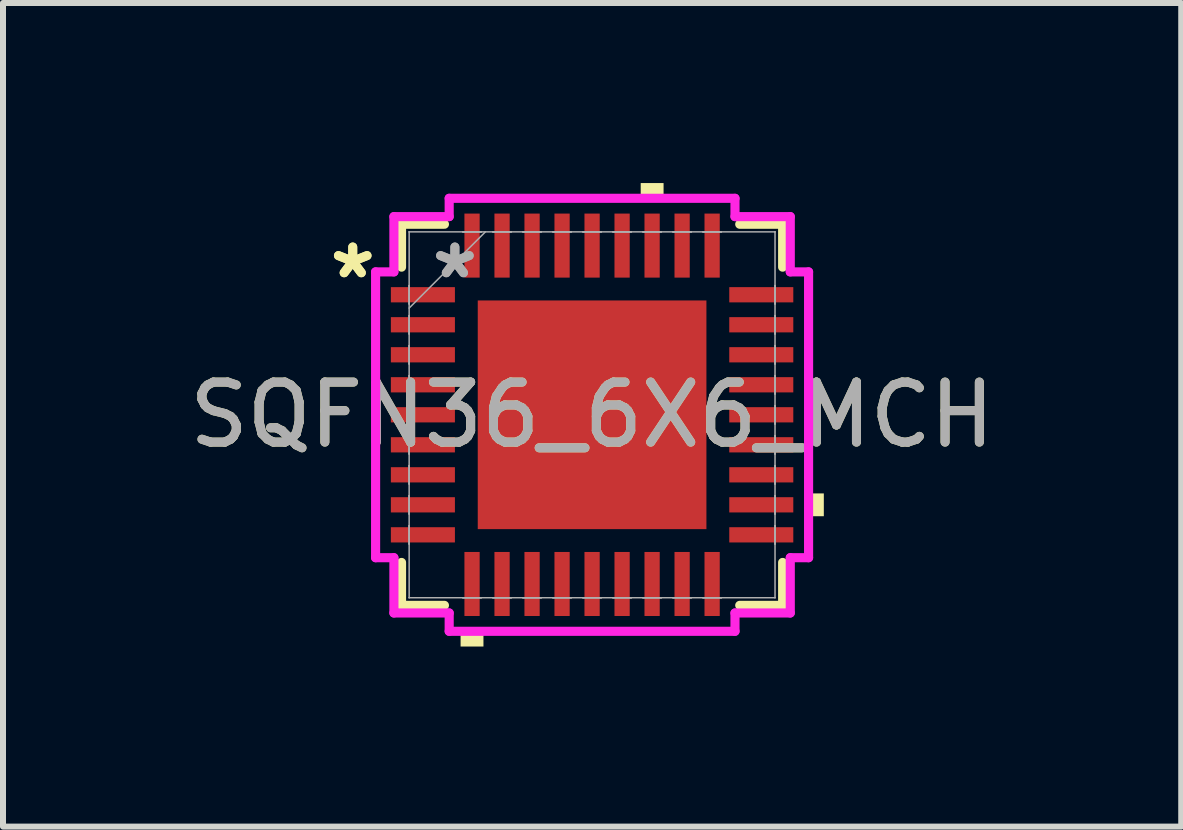
<source format=kicad_pcb>
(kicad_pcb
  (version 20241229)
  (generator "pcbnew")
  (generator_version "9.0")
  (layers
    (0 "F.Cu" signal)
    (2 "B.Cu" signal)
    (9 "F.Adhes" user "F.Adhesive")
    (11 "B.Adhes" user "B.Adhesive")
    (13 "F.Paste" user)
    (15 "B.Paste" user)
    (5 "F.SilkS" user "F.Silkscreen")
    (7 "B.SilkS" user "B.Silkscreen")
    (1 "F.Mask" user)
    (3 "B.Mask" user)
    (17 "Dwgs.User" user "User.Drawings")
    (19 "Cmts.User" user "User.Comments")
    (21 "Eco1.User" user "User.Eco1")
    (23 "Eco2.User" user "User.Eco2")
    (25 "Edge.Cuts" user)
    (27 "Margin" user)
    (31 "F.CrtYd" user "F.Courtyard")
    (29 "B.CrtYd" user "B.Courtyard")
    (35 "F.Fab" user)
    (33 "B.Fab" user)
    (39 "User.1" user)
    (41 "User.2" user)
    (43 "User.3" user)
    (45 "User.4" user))
  (footprint "SQFN36_6X6_MCH"
    (layer "F.Cu")
    (at 6.815 3.861)
    (property "Reference" "SQFN36_6X6_MCH" (at 0 0 0) (unlocked yes) (layer "F.SilkS") (effects (font (size 1 1) (thickness 0.15))))
    (attr smd)
    (fp_line (start -3.175 -3.175) (end -3.175 -2.46) (stroke (width 0.152) (type solid)) (layer "F.SilkS"))
    (fp_line (start -3.175 2.46) (end -3.175 3.175) (stroke (width 0.152) (type solid)) (layer "F.SilkS"))
    (fp_line (start -3.175 3.175) (end -2.46 3.175) (stroke (width 0.152) (type solid)) (layer "F.SilkS"))
    (fp_line (start -2.46 -3.175) (end -3.175 -3.175) (stroke (width 0.152) (type solid)) (layer "F.SilkS"))
    (fp_line (start 2.46 3.175) (end 3.175 3.175) (stroke (width 0.152) (type solid)) (layer "F.SilkS"))
    (fp_line (start 3.175 -3.175) (end 2.46 -3.175) (stroke (width 0.152) (type solid)) (layer "F.SilkS"))
    (fp_line (start 3.175 -2.46) (end 3.175 -3.175) (stroke (width 0.152) (type solid)) (layer "F.SilkS"))
    (fp_line (start 3.175 3.175) (end 3.175 2.46) (stroke (width 0.152) (type solid)) (layer "F.SilkS"))
    (fp_poly (pts (xy -2.191 3.607) (xy -2.191 3.861) (xy -1.81 3.861) (xy -1.81 3.607)) (stroke (width 0) (type solid)) (fill yes) (layer "F.SilkS"))
    (fp_poly (pts (xy 0.81 -3.607) (xy 0.81 -3.861) (xy 1.191 -3.861) (xy 1.191 -3.607)) (stroke (width 0) (type solid)) (fill yes) (layer "F.SilkS"))
    (fp_poly (pts (xy 3.861 1.31) (xy 3.861 1.69) (xy 3.607 1.69) (xy 3.607 1.31)) (stroke (width 0) (type solid)) (fill yes) (layer "F.SilkS"))
    (fp_poly (pts (xy -1.805 -1.805) (xy -1.805 -0.735) (xy -0.735 -0.735) (xy -0.735 -1.805)) (stroke (width 0) (type solid)) (fill yes) (layer "F.Paste"))
    (fp_poly (pts (xy -1.805 -0.535) (xy -1.805 0.535) (xy -0.735 0.535) (xy -0.735 -0.535)) (stroke (width 0) (type solid)) (fill yes) (layer "F.Paste"))
    (fp_poly (pts (xy -1.805 0.735) (xy -1.805 1.805) (xy -0.735 1.805) (xy -0.735 0.735)) (stroke (width 0) (type solid)) (fill yes) (layer "F.Paste"))
    (fp_poly (pts (xy -0.535 -1.805) (xy -0.535 -0.735) (xy 0.535 -0.735) (xy 0.535 -1.805)) (stroke (width 0) (type solid)) (fill yes) (layer "F.Paste"))
    (fp_poly (pts (xy -0.535 -0.535) (xy -0.535 0.535) (xy 0.535 0.535) (xy 0.535 -0.535)) (stroke (width 0) (type solid)) (fill yes) (layer "F.Paste"))
    (fp_poly (pts (xy -0.535 0.735) (xy -0.535 1.805) (xy 0.535 1.805) (xy 0.535 0.735)) (stroke (width 0) (type solid)) (fill yes) (layer "F.Paste"))
    (fp_poly (pts (xy 0.735 -1.805) (xy 0.735 -0.735) (xy 1.805 -0.735) (xy 1.805 -1.805)) (stroke (width 0) (type solid)) (fill yes) (layer "F.Paste"))
    (fp_poly (pts (xy 0.735 -0.535) (xy 0.735 0.535) (xy 1.805 0.535) (xy 1.805 -0.535)) (stroke (width 0) (type solid)) (fill yes) (layer "F.Paste"))
    (fp_poly (pts (xy 0.735 0.735) (xy 0.735 1.805) (xy 1.805 1.805) (xy 1.805 0.735)) (stroke (width 0) (type solid)) (fill yes) (layer "F.Paste"))
    (fp_line (start -3.607 -2.381) (end -3.302 -2.381) (stroke (width 0.152) (type solid)) (layer "F.CrtYd"))
    (fp_line (start -3.607 2.381) (end -3.607 -2.381) (stroke (width 0.152) (type solid)) (layer "F.CrtYd"))
    (fp_line (start -3.302 -3.302) (end -2.381 -3.302) (stroke (width 0.152) (type solid)) (layer "F.CrtYd"))
    (fp_line (start -3.302 -2.381) (end -3.302 -3.302) (stroke (width 0.152) (type solid)) (layer "F.CrtYd"))
    (fp_line (start -3.302 2.381) (end -3.607 2.381) (stroke (width 0.152) (type solid)) (layer "F.CrtYd"))
    (fp_line (start -3.302 3.302) (end -3.302 2.381) (stroke (width 0.152) (type solid)) (layer "F.CrtYd"))
    (fp_line (start -2.381 -3.607) (end 2.381 -3.607) (stroke (width 0.152) (type solid)) (layer "F.CrtYd"))
    (fp_line (start -2.381 -3.302) (end -2.381 -3.607) (stroke (width 0.152) (type solid)) (layer "F.CrtYd"))
    (fp_line (start -2.381 3.302) (end -3.302 3.302) (stroke (width 0.152) (type solid)) (layer "F.CrtYd"))
    (fp_line (start -2.381 3.607) (end -2.381 3.302) (stroke (width 0.152) (type solid)) (layer "F.CrtYd"))
    (fp_line (start 2.381 -3.607) (end 2.381 -3.302) (stroke (width 0.152) (type solid)) (layer "F.CrtYd"))
    (fp_line (start 2.381 -3.302) (end 3.302 -3.302) (stroke (width 0.152) (type solid)) (layer "F.CrtYd"))
    (fp_line (start 2.381 3.302) (end 2.381 3.607) (stroke (width 0.152) (type solid)) (layer "F.CrtYd"))
    (fp_line (start 2.381 3.607) (end -2.381 3.607) (stroke (width 0.152) (type solid)) (layer "F.CrtYd"))
    (fp_line (start 3.302 -3.302) (end 3.302 -2.381) (stroke (width 0.152) (type solid)) (layer "F.CrtYd"))
    (fp_line (start 3.302 -2.381) (end 3.607 -2.381) (stroke (width 0.152) (type solid)) (layer "F.CrtYd"))
    (fp_line (start 3.302 2.381) (end 3.302 3.302) (stroke (width 0.152) (type solid)) (layer "F.CrtYd"))
    (fp_line (start 3.302 3.302) (end 2.381 3.302) (stroke (width 0.152) (type solid)) (layer "F.CrtYd"))
    (fp_line (start 3.607 -2.381) (end 3.607 2.381) (stroke (width 0.152) (type solid)) (layer "F.CrtYd"))
    (fp_line (start 3.607 2.381) (end 3.302 2.381) (stroke (width 0.152) (type solid)) (layer "F.CrtYd"))
    (fp_line (start -3.048 -3.048) (end -3.048 -3.048) (stroke (width 0.025) (type solid)) (layer "F.Fab"))
    (fp_line (start -3.048 -3.048) (end -3.048 3.048) (stroke (width 0.025) (type solid)) (layer "F.Fab"))
    (fp_line (start -3.048 -2.152) (end -3.048 -2.152) (stroke (width 0.025) (type solid)) (layer "F.Fab"))
    (fp_line (start -3.048 -2.152) (end -3.048 -1.848) (stroke (width 0.025) (type solid)) (layer "F.Fab"))
    (fp_line (start -3.048 -1.848) (end -3.048 -2.152) (stroke (width 0.025) (type solid)) (layer "F.Fab"))
    (fp_line (start -3.048 -1.848) (end -3.048 -1.848) (stroke (width 0.025) (type solid)) (layer "F.Fab"))
    (fp_line (start -3.048 -1.778) (end -1.778 -3.048) (stroke (width 0.025) (type solid)) (layer "F.Fab"))
    (fp_line (start -3.048 -1.652) (end -3.048 -1.652) (stroke (width 0.025) (type solid)) (layer "F.Fab"))
    (fp_line (start -3.048 -1.652) (end -3.048 -1.348) (stroke (width 0.025) (type solid)) (layer "F.Fab"))
    (fp_line (start -3.048 -1.348) (end -3.048 -1.652) (stroke (width 0.025) (type solid)) (layer "F.Fab"))
    (fp_line (start -3.048 -1.348) (end -3.048 -1.348) (stroke (width 0.025) (type solid)) (layer "F.Fab"))
    (fp_line (start -3.048 -1.152) (end -3.048 -1.152) (stroke (width 0.025) (type solid)) (layer "F.Fab"))
    (fp_line (start -3.048 -1.152) (end -3.048 -0.848) (stroke (width 0.025) (type solid)) (layer "F.Fab"))
    (fp_line (start -3.048 -0.848) (end -3.048 -1.152) (stroke (width 0.025) (type solid)) (layer "F.Fab"))
    (fp_line (start -3.048 -0.848) (end -3.048 -0.848) (stroke (width 0.025) (type solid)) (layer "F.Fab"))
    (fp_line (start -3.048 -0.652) (end -3.048 -0.652) (stroke (width 0.025) (type solid)) (layer "F.Fab"))
    (fp_line (start -3.048 -0.652) (end -3.048 -0.348) (stroke (width 0.025) (type solid)) (layer "F.Fab"))
    (fp_line (start -3.048 -0.348) (end -3.048 -0.652) (stroke (width 0.025) (type solid)) (layer "F.Fab"))
    (fp_line (start -3.048 -0.348) (end -3.048 -0.348) (stroke (width 0.025) (type solid)) (layer "F.Fab"))
    (fp_line (start -3.048 -0.152) (end -3.048 -0.152) (stroke (width 0.025) (type solid)) (layer "F.Fab"))
    (fp_line (start -3.048 -0.152) (end -3.048 0.152) (stroke (width 0.025) (type solid)) (layer "F.Fab"))
    (fp_line (start -3.048 0.152) (end -3.048 -0.152) (stroke (width 0.025) (type solid)) (layer "F.Fab"))
    (fp_line (start -3.048 0.152) (end -3.048 0.152) (stroke (width 0.025) (type solid)) (layer "F.Fab"))
    (fp_line (start -3.048 0.348) (end -3.048 0.348) (stroke (width 0.025) (type solid)) (layer "F.Fab"))
    (fp_line (start -3.048 0.348) (end -3.048 0.652) (stroke (width 0.025) (type solid)) (layer "F.Fab"))
    (fp_line (start -3.048 0.652) (end -3.048 0.348) (stroke (width 0.025) (type solid)) (layer "F.Fab"))
    (fp_line (start -3.048 0.652) (end -3.048 0.652) (stroke (width 0.025) (type solid)) (layer "F.Fab"))
    (fp_line (start -3.048 0.848) (end -3.048 0.848) (stroke (width 0.025) (type solid)) (layer "F.Fab"))
    (fp_line (start -3.048 0.848) (end -3.048 1.152) (stroke (width 0.025) (type solid)) (layer "F.Fab"))
    (fp_line (start -3.048 1.152) (end -3.048 0.848) (stroke (width 0.025) (type solid)) (layer "F.Fab"))
    (fp_line (start -3.048 1.152) (end -3.048 1.152) (stroke (width 0.025) (type solid)) (layer "F.Fab"))
    (fp_line (start -3.048 1.348) (end -3.048 1.348) (stroke (width 0.025) (type solid)) (layer "F.Fab"))
    (fp_line (start -3.048 1.348) (end -3.048 1.652) (stroke (width 0.025) (type solid)) (layer "F.Fab"))
    (fp_line (start -3.048 1.652) (end -3.048 1.348) (stroke (width 0.025) (type solid)) (layer "F.Fab"))
    (fp_line (start -3.048 1.652) (end -3.048 1.652) (stroke (width 0.025) (type solid)) (layer "F.Fab"))
    (fp_line (start -3.048 1.848) (end -3.048 1.848) (stroke (width 0.025) (type solid)) (layer "F.Fab"))
    (fp_line (start -3.048 1.848) (end -3.048 2.152) (stroke (width 0.025) (type solid)) (layer "F.Fab"))
    (fp_line (start -3.048 2.152) (end -3.048 1.848) (stroke (width 0.025) (type solid)) (layer "F.Fab"))
    (fp_line (start -3.048 2.152) (end -3.048 2.152) (stroke (width 0.025) (type solid)) (layer "F.Fab"))
    (fp_line (start -3.048 3.048) (end -3.048 3.048) (stroke (width 0.025) (type solid)) (layer "F.Fab"))
    (fp_line (start -3.048 3.048) (end 3.048 3.048) (stroke (width 0.025) (type solid)) (layer "F.Fab"))
    (fp_line (start -2.152 -3.048) (end -2.152 -3.048) (stroke (width 0.025) (type solid)) (layer "F.Fab"))
    (fp_line (start -2.152 -3.048) (end -1.848 -3.048) (stroke (width 0.025) (type solid)) (layer "F.Fab"))
    (fp_line (start -2.152 3.048) (end -2.152 3.048) (stroke (width 0.025) (type solid)) (layer "F.Fab"))
    (fp_line (start -2.152 3.048) (end -1.848 3.048) (stroke (width 0.025) (type solid)) (layer "F.Fab"))
    (fp_line (start -1.848 -3.048) (end -2.152 -3.048) (stroke (width 0.025) (type solid)) (layer "F.Fab"))
    (fp_line (start -1.848 -3.048) (end -1.848 -3.048) (stroke (width 0.025) (type solid)) (layer "F.Fab"))
    (fp_line (start -1.848 3.048) (end -2.152 3.048) (stroke (width 0.025) (type solid)) (layer "F.Fab"))
    (fp_line (start -1.848 3.048) (end -1.848 3.048) (stroke (width 0.025) (type solid)) (layer "F.Fab"))
    (fp_line (start -1.652 -3.048) (end -1.652 -3.048) (stroke (width 0.025) (type solid)) (layer "F.Fab"))
    (fp_line (start -1.652 -3.048) (end -1.348 -3.048) (stroke (width 0.025) (type solid)) (layer "F.Fab"))
    (fp_line (start -1.652 3.048) (end -1.652 3.048) (stroke (width 0.025) (type solid)) (layer "F.Fab"))
    (fp_line (start -1.652 3.048) (end -1.348 3.048) (stroke (width 0.025) (type solid)) (layer "F.Fab"))
    (fp_line (start -1.348 -3.048) (end -1.652 -3.048) (stroke (width 0.025) (type solid)) (layer "F.Fab"))
    (fp_line (start -1.348 -3.048) (end -1.348 -3.048) (stroke (width 0.025) (type solid)) (layer "F.Fab"))
    (fp_line (start -1.348 3.048) (end -1.652 3.048) (stroke (width 0.025) (type solid)) (layer "F.Fab"))
    (fp_line (start -1.348 3.048) (end -1.348 3.048) (stroke (width 0.025) (type solid)) (layer "F.Fab"))
    (fp_line (start -1.152 -3.048) (end -1.152 -3.048) (stroke (width 0.025) (type solid)) (layer "F.Fab"))
    (fp_line (start -1.152 -3.048) (end -0.848 -3.048) (stroke (width 0.025) (type solid)) (layer "F.Fab"))
    (fp_line (start -1.152 3.048) (end -1.152 3.048) (stroke (width 0.025) (type solid)) (layer "F.Fab"))
    (fp_line (start -1.152 3.048) (end -0.848 3.048) (stroke (width 0.025) (type solid)) (layer "F.Fab"))
    (fp_line (start -0.848 -3.048) (end -1.152 -3.048) (stroke (width 0.025) (type solid)) (layer "F.Fab"))
    (fp_line (start -0.848 -3.048) (end -0.848 -3.048) (stroke (width 0.025) (type solid)) (layer "F.Fab"))
    (fp_line (start -0.848 3.048) (end -1.152 3.048) (stroke (width 0.025) (type solid)) (layer "F.Fab"))
    (fp_line (start -0.848 3.048) (end -0.848 3.048) (stroke (width 0.025) (type solid)) (layer "F.Fab"))
    (fp_line (start -0.652 -3.048) (end -0.652 -3.048) (stroke (width 0.025) (type solid)) (layer "F.Fab"))
    (fp_line (start -0.652 -3.048) (end -0.348 -3.048) (stroke (width 0.025) (type solid)) (layer "F.Fab"))
    (fp_line (start -0.652 3.048) (end -0.652 3.048) (stroke (width 0.025) (type solid)) (layer "F.Fab"))
    (fp_line (start -0.652 3.048) (end -0.348 3.048) (stroke (width 0.025) (type solid)) (layer "F.Fab"))
    (fp_line (start -0.348 -3.048) (end -0.652 -3.048) (stroke (width 0.025) (type solid)) (layer "F.Fab"))
    (fp_line (start -0.348 -3.048) (end -0.348 -3.048) (stroke (width 0.025) (type solid)) (layer "F.Fab"))
    (fp_line (start -0.348 3.048) (end -0.652 3.048) (stroke (width 0.025) (type solid)) (layer "F.Fab"))
    (fp_line (start -0.348 3.048) (end -0.348 3.048) (stroke (width 0.025) (type solid)) (layer "F.Fab"))
    (fp_line (start -0.152 -3.048) (end -0.152 -3.048) (stroke (width 0.025) (type solid)) (layer "F.Fab"))
    (fp_line (start -0.152 -3.048) (end 0.152 -3.048) (stroke (width 0.025) (type solid)) (layer "F.Fab"))
    (fp_line (start -0.152 3.048) (end -0.152 3.048) (stroke (width 0.025) (type solid)) (layer "F.Fab"))
    (fp_line (start -0.152 3.048) (end 0.152 3.048) (stroke (width 0.025) (type solid)) (layer "F.Fab"))
    (fp_line (start 0.152 -3.048) (end -0.152 -3.048) (stroke (width 0.025) (type solid)) (layer "F.Fab"))
    (fp_line (start 0.152 -3.048) (end 0.152 -3.048) (stroke (width 0.025) (type solid)) (layer "F.Fab"))
    (fp_line (start 0.152 3.048) (end -0.152 3.048) (stroke (width 0.025) (type solid)) (layer "F.Fab"))
    (fp_line (start 0.152 3.048) (end 0.152 3.048) (stroke (width 0.025) (type solid)) (layer "F.Fab"))
    (fp_line (start 0.348 -3.048) (end 0.348 -3.048) (stroke (width 0.025) (type solid)) (layer "F.Fab"))
    (fp_line (start 0.348 -3.048) (end 0.652 -3.048) (stroke (width 0.025) (type solid)) (layer "F.Fab"))
    (fp_line (start 0.348 3.048) (end 0.348 3.048) (stroke (width 0.025) (type solid)) (layer "F.Fab"))
    (fp_line (start 0.348 3.048) (end 0.652 3.048) (stroke (width 0.025) (type solid)) (layer "F.Fab"))
    (fp_line (start 0.652 -3.048) (end 0.348 -3.048) (stroke (width 0.025) (type solid)) (layer "F.Fab"))
    (fp_line (start 0.652 -3.048) (end 0.652 -3.048) (stroke (width 0.025) (type solid)) (layer "F.Fab"))
    (fp_line (start 0.652 3.048) (end 0.348 3.048) (stroke (width 0.025) (type solid)) (layer "F.Fab"))
    (fp_line (start 0.652 3.048) (end 0.652 3.048) (stroke (width 0.025) (type solid)) (layer "F.Fab"))
    (fp_line (start 0.848 -3.048) (end 0.848 -3.048) (stroke (width 0.025) (type solid)) (layer "F.Fab"))
    (fp_line (start 0.848 -3.048) (end 1.152 -3.048) (stroke (width 0.025) (type solid)) (layer "F.Fab"))
    (fp_line (start 0.848 3.048) (end 0.848 3.048) (stroke (width 0.025) (type solid)) (layer "F.Fab"))
    (fp_line (start 0.848 3.048) (end 1.152 3.048) (stroke (width 0.025) (type solid)) (layer "F.Fab"))
    (fp_line (start 1.152 -3.048) (end 0.848 -3.048) (stroke (width 0.025) (type solid)) (layer "F.Fab"))
    (fp_line (start 1.152 -3.048) (end 1.152 -3.048) (stroke (width 0.025) (type solid)) (layer "F.Fab"))
    (fp_line (start 1.152 3.048) (end 0.848 3.048) (stroke (width 0.025) (type solid)) (layer "F.Fab"))
    (fp_line (start 1.152 3.048) (end 1.152 3.048) (stroke (width 0.025) (type solid)) (layer "F.Fab"))
    (fp_line (start 1.348 -3.048) (end 1.348 -3.048) (stroke (width 0.025) (type solid)) (layer "F.Fab"))
    (fp_line (start 1.348 -3.048) (end 1.652 -3.048) (stroke (width 0.025) (type solid)) (layer "F.Fab"))
    (fp_line (start 1.348 3.048) (end 1.348 3.048) (stroke (width 0.025) (type solid)) (layer "F.Fab"))
    (fp_line (start 1.348 3.048) (end 1.652 3.048) (stroke (width 0.025) (type solid)) (layer "F.Fab"))
    (fp_line (start 1.652 -3.048) (end 1.348 -3.048) (stroke (width 0.025) (type solid)) (layer "F.Fab"))
    (fp_line (start 1.652 -3.048) (end 1.652 -3.048) (stroke (width 0.025) (type solid)) (layer "F.Fab"))
    (fp_line (start 1.652 3.048) (end 1.348 3.048) (stroke (width 0.025) (type solid)) (layer "F.Fab"))
    (fp_line (start 1.652 3.048) (end 1.652 3.048) (stroke (width 0.025) (type solid)) (layer "F.Fab"))
    (fp_line (start 1.848 -3.048) (end 1.848 -3.048) (stroke (width 0.025) (type solid)) (layer "F.Fab"))
    (fp_line (start 1.848 -3.048) (end 2.152 -3.048) (stroke (width 0.025) (type solid)) (layer "F.Fab"))
    (fp_line (start 1.848 3.048) (end 1.848 3.048) (stroke (width 0.025) (type solid)) (layer "F.Fab"))
    (fp_line (start 1.848 3.048) (end 2.152 3.048) (stroke (width 0.025) (type solid)) (layer "F.Fab"))
    (fp_line (start 2.152 -3.048) (end 1.848 -3.048) (stroke (width 0.025) (type solid)) (layer "F.Fab"))
    (fp_line (start 2.152 -3.048) (end 2.152 -3.048) (stroke (width 0.025) (type solid)) (layer "F.Fab"))
    (fp_line (start 2.152 3.048) (end 1.848 3.048) (stroke (width 0.025) (type solid)) (layer "F.Fab"))
    (fp_line (start 2.152 3.048) (end 2.152 3.048) (stroke (width 0.025) (type solid)) (layer "F.Fab"))
    (fp_line (start 3.048 -3.048) (end -3.048 -3.048) (stroke (width 0.025) (type solid)) (layer "F.Fab"))
    (fp_line (start 3.048 -3.048) (end 3.048 -3.048) (stroke (width 0.025) (type solid)) (layer "F.Fab"))
    (fp_line (start 3.048 -2.152) (end 3.048 -2.152) (stroke (width 0.025) (type solid)) (layer "F.Fab"))
    (fp_line (start 3.048 -2.152) (end 3.048 -1.848) (stroke (width 0.025) (type solid)) (layer "F.Fab"))
    (fp_line (start 3.048 -1.848) (end 3.048 -2.152) (stroke (width 0.025) (type solid)) (layer "F.Fab"))
    (fp_line (start 3.048 -1.848) (end 3.048 -1.848) (stroke (width 0.025) (type solid)) (layer "F.Fab"))
    (fp_line (start 3.048 -1.652) (end 3.048 -1.652) (stroke (width 0.025) (type solid)) (layer "F.Fab"))
    (fp_line (start 3.048 -1.652) (end 3.048 -1.348) (stroke (width 0.025) (type solid)) (layer "F.Fab"))
    (fp_line (start 3.048 -1.348) (end 3.048 -1.652) (stroke (width 0.025) (type solid)) (layer "F.Fab"))
    (fp_line (start 3.048 -1.348) (end 3.048 -1.348) (stroke (width 0.025) (type solid)) (layer "F.Fab"))
    (fp_line (start 3.048 -1.152) (end 3.048 -1.152) (stroke (width 0.025) (type solid)) (layer "F.Fab"))
    (fp_line (start 3.048 -1.152) (end 3.048 -0.848) (stroke (width 0.025) (type solid)) (layer "F.Fab"))
    (fp_line (start 3.048 -0.848) (end 3.048 -1.152) (stroke (width 0.025) (type solid)) (layer "F.Fab"))
    (fp_line (start 3.048 -0.848) (end 3.048 -0.848) (stroke (width 0.025) (type solid)) (layer "F.Fab"))
    (fp_line (start 3.048 -0.652) (end 3.048 -0.652) (stroke (width 0.025) (type solid)) (layer "F.Fab"))
    (fp_line (start 3.048 -0.652) (end 3.048 -0.348) (stroke (width 0.025) (type solid)) (layer "F.Fab"))
    (fp_line (start 3.048 -0.348) (end 3.048 -0.652) (stroke (width 0.025) (type solid)) (layer "F.Fab"))
    (fp_line (start 3.048 -0.348) (end 3.048 -0.348) (stroke (width 0.025) (type solid)) (layer "F.Fab"))
    (fp_line (start 3.048 -0.152) (end 3.048 -0.152) (stroke (width 0.025) (type solid)) (layer "F.Fab"))
    (fp_line (start 3.048 -0.152) (end 3.048 0.152) (stroke (width 0.025) (type solid)) (layer "F.Fab"))
    (fp_line (start 3.048 0.152) (end 3.048 -0.152) (stroke (width 0.025) (type solid)) (layer "F.Fab"))
    (fp_line (start 3.048 0.152) (end 3.048 0.152) (stroke (width 0.025) (type solid)) (layer "F.Fab"))
    (fp_line (start 3.048 0.348) (end 3.048 0.348) (stroke (width 0.025) (type solid)) (layer "F.Fab"))
    (fp_line (start 3.048 0.348) (end 3.048 0.652) (stroke (width 0.025) (type solid)) (layer "F.Fab"))
    (fp_line (start 3.048 0.652) (end 3.048 0.348) (stroke (width 0.025) (type solid)) (layer "F.Fab"))
    (fp_line (start 3.048 0.652) (end 3.048 0.652) (stroke (width 0.025) (type solid)) (layer "F.Fab"))
    (fp_line (start 3.048 0.848) (end 3.048 0.848) (stroke (width 0.025) (type solid)) (layer "F.Fab"))
    (fp_line (start 3.048 0.848) (end 3.048 1.152) (stroke (width 0.025) (type solid)) (layer "F.Fab"))
    (fp_line (start 3.048 1.152) (end 3.048 0.848) (stroke (width 0.025) (type solid)) (layer "F.Fab"))
    (fp_line (start 3.048 1.152) (end 3.048 1.152) (stroke (width 0.025) (type solid)) (layer "F.Fab"))
    (fp_line (start 3.048 1.348) (end 3.048 1.348) (stroke (width 0.025) (type solid)) (layer "F.Fab"))
    (fp_line (start 3.048 1.348) (end 3.048 1.652) (stroke (width 0.025) (type solid)) (layer "F.Fab"))
    (fp_line (start 3.048 1.652) (end 3.048 1.348) (stroke (width 0.025) (type solid)) (layer "F.Fab"))
    (fp_line (start 3.048 1.652) (end 3.048 1.652) (stroke (width 0.025) (type solid)) (layer "F.Fab"))
    (fp_line (start 3.048 1.848) (end 3.048 1.848) (stroke (width 0.025) (type solid)) (layer "F.Fab"))
    (fp_line (start 3.048 1.848) (end 3.048 2.152) (stroke (width 0.025) (type solid)) (layer "F.Fab"))
    (fp_line (start 3.048 2.152) (end 3.048 1.848) (stroke (width 0.025) (type solid)) (layer "F.Fab"))
    (fp_line (start 3.048 2.152) (end 3.048 2.152) (stroke (width 0.025) (type solid)) (layer "F.Fab"))
    (fp_line (start 3.048 3.048) (end 3.048 -3.048) (stroke (width 0.025) (type solid)) (layer "F.Fab"))
    (fp_line (start 3.048 3.048) (end 3.048 3.048) (stroke (width 0.025) (type solid)) (layer "F.Fab"))
    (fp_text user "*" (at -3.988 -2.25 0) (layer "F.SilkS") (effects (font (size 1 1) (thickness 0.15))))
    (fp_text user "*" (at -3.988 -2.25 0) (unlocked yes) (layer "F.SilkS") (effects (font (size 1 1) (thickness 0.15))))
    (fp_text user "*" (at -2.286 -2.25 0) (layer "F.Fab") (effects (font (size 1 1) (thickness 0.15))))
    (fp_text user "${REFERENCE}" (at 0 0 0) (unlocked yes) (layer "F.Fab") (effects (font (size 1 1) (thickness 0.15))))
    (fp_text user "*" (at -2.286 -2.25 0) (unlocked yes) (layer "F.Fab") (effects (font (size 1 1) (thickness 0.15))))
    (pad "1" smd rect (at -2.819 -2 90) (size 0.254 1.067) (layers "F.Cu" "F.Mask" "F.Paste"))
    (pad "2" smd rect (at -2.819 -1.5 90) (size 0.254 1.067) (layers "F.Cu" "F.Mask" "F.Paste"))
    (pad "3" smd rect (at -2.819 -1 90) (size 0.254 1.067) (layers "F.Cu" "F.Mask" "F.Paste"))
    (pad "4" smd rect (at -2.819 -0.5 90) (size 0.254 1.067) (layers "F.Cu" "F.Mask" "F.Paste"))
    (pad "5" smd rect (at -2.819 0 90) (size 0.254 1.067) (layers "F.Cu" "F.Mask" "F.Paste"))
    (pad "6" smd rect (at -2.819 0.5 90) (size 0.254 1.067) (layers "F.Cu" "F.Mask" "F.Paste"))
    (pad "7" smd rect (at -2.819 1 90) (size 0.254 1.067) (layers "F.Cu" "F.Mask" "F.Paste"))
    (pad "8" smd rect (at -2.819 1.5 90) (size 0.254 1.067) (layers "F.Cu" "F.Mask" "F.Paste"))
    (pad "9" smd rect (at -2.819 2 90) (size 0.254 1.067) (layers "F.Cu" "F.Mask" "F.Paste"))
    (pad "10" smd rect (at -2 2.819) (size 0.254 1.067) (layers "F.Cu" "F.Mask" "F.Paste"))
    (pad "11" smd rect (at -1.5 2.819) (size 0.254 1.067) (layers "F.Cu" "F.Mask" "F.Paste"))
    (pad "12" smd rect (at -1 2.819) (size 0.254 1.067) (layers "F.Cu" "F.Mask" "F.Paste"))
    (pad "13" smd rect (at -0.5 2.819) (size 0.254 1.067) (layers "F.Cu" "F.Mask" "F.Paste"))
    (pad "14" smd rect (at 0 2.819) (size 0.254 1.067) (layers "F.Cu" "F.Mask" "F.Paste"))
    (pad "15" smd rect (at 0.5 2.819) (size 0.254 1.067) (layers "F.Cu" "F.Mask" "F.Paste"))
    (pad "16" smd rect (at 1 2.819) (size 0.254 1.067) (layers "F.Cu" "F.Mask" "F.Paste"))
    (pad "17" smd rect (at 1.5 2.819) (size 0.254 1.067) (layers "F.Cu" "F.Mask" "F.Paste"))
    (pad "18" smd rect (at 2 2.819) (size 0.254 1.067) (layers "F.Cu" "F.Mask" "F.Paste"))
    (pad "19" smd rect (at 2.819 2 90) (size 0.254 1.067) (layers "F.Cu" "F.Mask" "F.Paste"))
    (pad "20" smd rect (at 2.819 1.5 90) (size 0.254 1.067) (layers "F.Cu" "F.Mask" "F.Paste"))
    (pad "21" smd rect (at 2.819 1 90) (size 0.254 1.067) (layers "F.Cu" "F.Mask" "F.Paste"))
    (pad "22" smd rect (at 2.819 0.5 90) (size 0.254 1.067) (layers "F.Cu" "F.Mask" "F.Paste"))
    (pad "23" smd rect (at 2.819 0 90) (size 0.254 1.067) (layers "F.Cu" "F.Mask" "F.Paste"))
    (pad "24" smd rect (at 2.819 -0.5 90) (size 0.254 1.067) (layers "F.Cu" "F.Mask" "F.Paste"))
    (pad "25" smd rect (at 2.819 -1 90) (size 0.254 1.067) (layers "F.Cu" "F.Mask" "F.Paste"))
    (pad "26" smd rect (at 2.819 -1.5 90) (size 0.254 1.067) (layers "F.Cu" "F.Mask" "F.Paste"))
    (pad "27" smd rect (at 2.819 -2 90) (size 0.254 1.067) (layers "F.Cu" "F.Mask" "F.Paste"))
    (pad "28" smd rect (at 2 -2.819) (size 0.254 1.067) (layers "F.Cu" "F.Mask" "F.Paste"))
    (pad "29" smd rect (at 1.5 -2.819) (size 0.254 1.067) (layers "F.Cu" "F.Mask" "F.Paste"))
    (pad "30" smd rect (at 1 -2.819) (size 0.254 1.067) (layers "F.Cu" "F.Mask" "F.Paste"))
    (pad "31" smd rect (at 0.5 -2.819) (size 0.254 1.067) (layers "F.Cu" "F.Mask" "F.Paste"))
    (pad "32" smd rect (at 0 -2.819) (size 0.254 1.067) (layers "F.Cu" "F.Mask" "F.Paste"))
    (pad "33" smd rect (at -0.5 -2.819) (size 0.254 1.067) (layers "F.Cu" "F.Mask" "F.Paste"))
    (pad "34" smd rect (at -1 -2.819) (size 0.254 1.067) (layers "F.Cu" "F.Mask" "F.Paste"))
    (pad "35" smd rect (at -1.5 -2.819) (size 0.254 1.067) (layers "F.Cu" "F.Mask" "F.Paste"))
    (pad "36" smd rect (at -2 -2.819) (size 0.254 1.067) (layers "F.Cu" "F.Mask" "F.Paste"))
    (pad "37" smd rect (at 0 0) (size 3.81 3.81) (layers "F.Cu" "F.Mask" "F.Paste")))
  (gr_rect
    (start -3 -3)
    (end 16.631 10.722)
    (stroke (width 0.1) (type default))
    (fill no)
    (layer "Edge.Cuts")))
</source>
